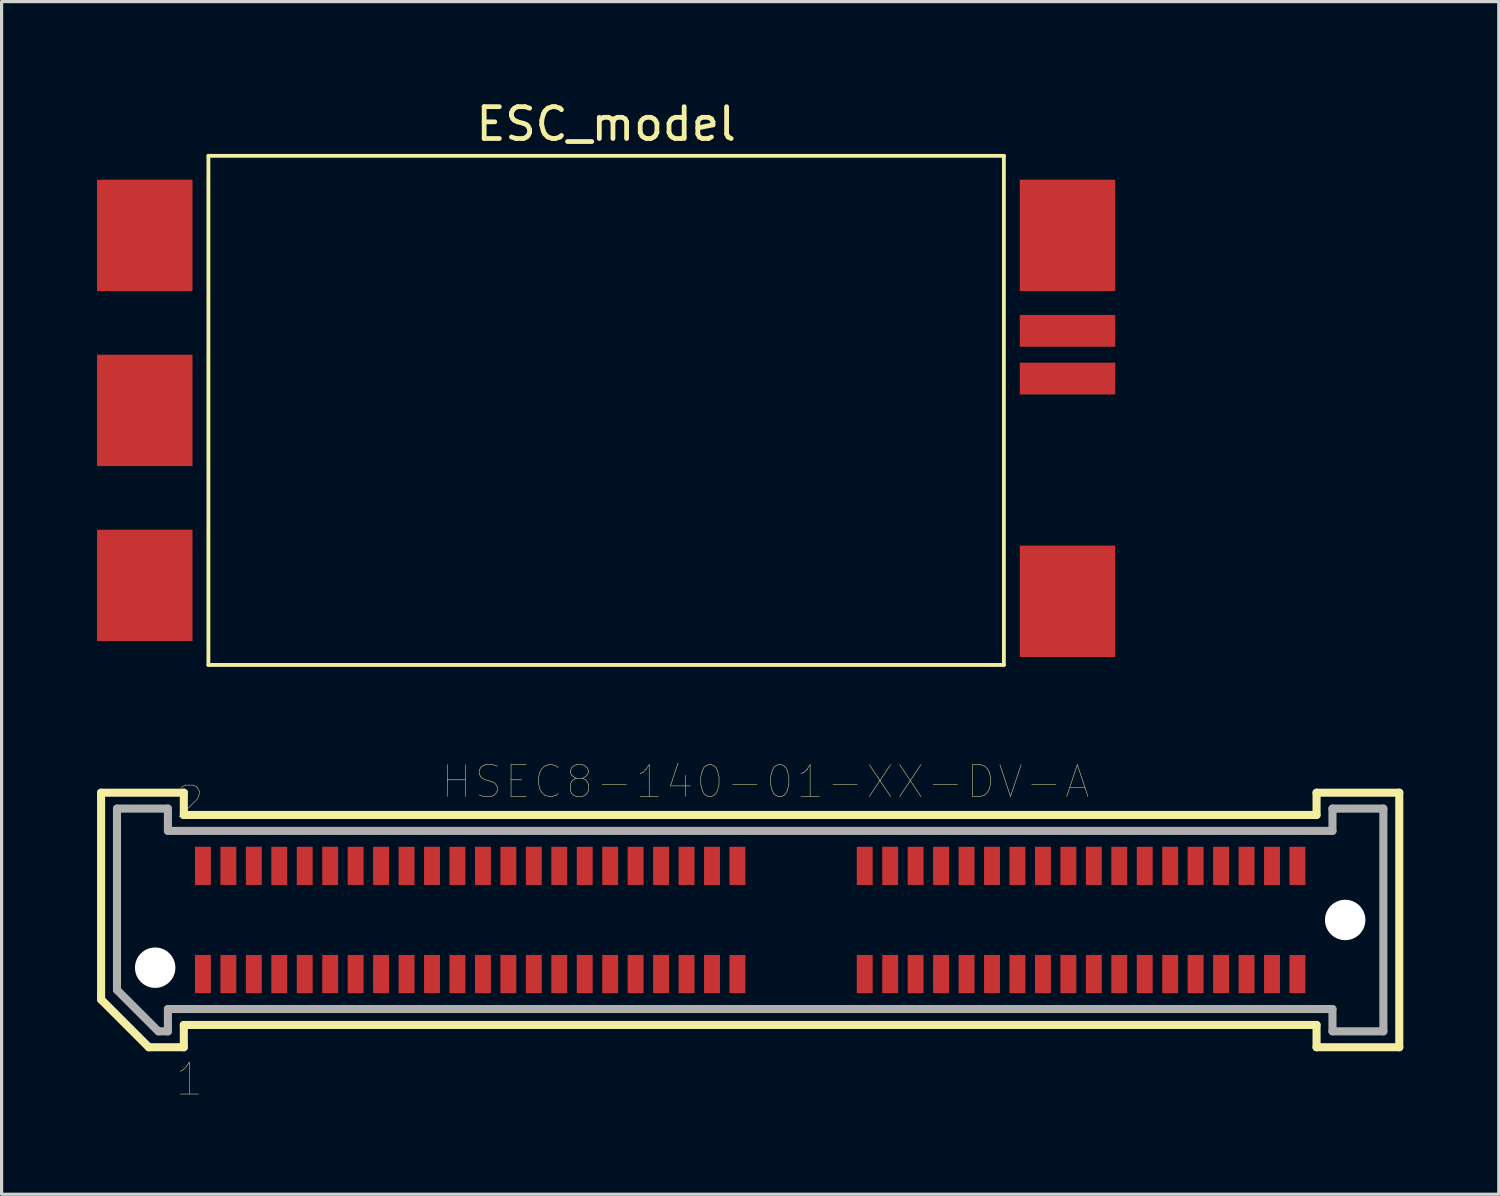
<source format=kicad_pcb>
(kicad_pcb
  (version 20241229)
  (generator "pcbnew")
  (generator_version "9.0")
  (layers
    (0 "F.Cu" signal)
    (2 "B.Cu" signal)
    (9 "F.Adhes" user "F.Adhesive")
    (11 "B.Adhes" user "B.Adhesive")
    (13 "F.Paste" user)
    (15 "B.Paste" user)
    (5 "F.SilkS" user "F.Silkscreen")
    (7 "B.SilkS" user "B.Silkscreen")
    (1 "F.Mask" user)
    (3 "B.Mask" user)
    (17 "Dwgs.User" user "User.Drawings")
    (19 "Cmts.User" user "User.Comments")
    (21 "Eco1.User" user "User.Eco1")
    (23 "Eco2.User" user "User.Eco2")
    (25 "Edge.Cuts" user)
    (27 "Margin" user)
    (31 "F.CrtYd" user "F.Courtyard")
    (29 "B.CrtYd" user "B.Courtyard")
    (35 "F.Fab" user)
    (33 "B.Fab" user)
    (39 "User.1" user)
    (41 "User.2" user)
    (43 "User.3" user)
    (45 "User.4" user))
  (footprint "ESC_model"
    (layer "F.Cu")
    (at 16 9.848)
    (property "Reference" "ESC_model" (at 0 -9 0) (layer "F.SilkS") (effects (font (size 1 1) (thickness 0.15))))
    (attr through_hole)
    (fp_line (start -12.5 -8) (end 12.5 -8) (stroke (width 0.12) (type solid)) (layer "F.SilkS"))
    (fp_line (start -12.5 8) (end -12.5 -8) (stroke (width 0.12) (type solid)) (layer "F.SilkS"))
    (fp_line (start 12.5 -8) (end 12.5 8) (stroke (width 0.12) (type solid)) (layer "F.SilkS"))
    (fp_line (start 12.5 8) (end -12.5 8) (stroke (width 0.12) (type solid)) (layer "F.SilkS"))
    (pad "1" smd rect (at -14.5 -5.5) (size 3 3.5) (layers "F.Cu" "F.Mask" "F.Paste"))
    (pad "2" smd rect (at -14.5 0) (size 3 3.5) (layers "F.Cu" "F.Mask" "F.Paste"))
    (pad "3" smd rect (at -14.5 5.5) (size 3 3.5) (layers "F.Cu" "F.Mask" "F.Paste"))
    (pad "4" smd rect (at 14.5 -2.5) (size 3 1) (layers "F.Cu" "F.Mask" "F.Paste"))
    (pad "5" smd rect (at 14.5 -1) (size 3 1) (layers "F.Cu" "F.Mask" "F.Paste"))
    (pad "6" smd rect (at 14.5 6) (size 3 3.5) (layers "F.Cu" "F.Mask" "F.Paste"))
    (pad "7" smd rect (at 14.5 -5.5) (size 3 3.5) (layers "F.Cu" "F.Mask" "F.Paste")))
  (footprint "HSEC8-140-01-XX-DV-A"
    (layer "F.Cu")
    (at 20.527 25.863)
    (property "Reference" "HSEC8-140-01-XX-DV-A" (at 0.476 -4.343 0) (layer "F.SilkS") (effects (font (size 1.002 1.002) (thickness 0.015))))
    (attr through_hole)
    (fp_line (start -20.4 -4) (end -17.8 -4) (stroke (width 0.254) (type solid)) (layer "F.SilkS"))
    (fp_line (start -20.4 2.5) (end -20.4 -4) (stroke (width 0.254) (type solid)) (layer "F.SilkS"))
    (fp_line (start -18.9 4) (end -20.4 2.5) (stroke (width 0.254) (type solid)) (layer "F.SilkS"))
    (fp_line (start -17.8 -4) (end -17.8 -3.3) (stroke (width 0.254) (type solid)) (layer "F.SilkS"))
    (fp_line (start -17.8 -3.3) (end 17.8 -3.3) (stroke (width 0.254) (type solid)) (layer "F.SilkS"))
    (fp_line (start -17.8 3.3) (end -17.8 4) (stroke (width 0.254) (type solid)) (layer "F.SilkS"))
    (fp_line (start -17.8 4) (end -18.9 4) (stroke (width 0.254) (type solid)) (layer "F.SilkS"))
    (fp_line (start 17.8 -4) (end 20.4 -4) (stroke (width 0.254) (type solid)) (layer "F.SilkS"))
    (fp_line (start 17.8 -3.3) (end 17.8 -4) (stroke (width 0.254) (type solid)) (layer "F.SilkS"))
    (fp_line (start 17.8 3.3) (end -17.8 3.3) (stroke (width 0.254) (type solid)) (layer "F.SilkS"))
    (fp_line (start 17.8 4) (end 17.8 3.3) (stroke (width 0.254) (type solid)) (layer "F.SilkS"))
    (fp_line (start 20.4 -4) (end 20.4 4) (stroke (width 0.254) (type solid)) (layer "F.SilkS"))
    (fp_line (start 20.4 4) (end 17.8 4) (stroke (width 0.254) (type solid)) (layer "F.SilkS"))
    (fp_line (start -19.9 -3.5) (end -18.3 -3.5) (stroke (width 0.254) (type solid)) (layer "F.Fab"))
    (fp_line (start -19.9 2.2) (end -19.9 -3.5) (stroke (width 0.254) (type solid)) (layer "F.Fab"))
    (fp_line (start -18.6 3.5) (end -19.9 2.2) (stroke (width 0.254) (type solid)) (layer "F.Fab"))
    (fp_line (start -18.3 -3.5) (end -18.3 -2.8) (stroke (width 0.254) (type solid)) (layer "F.Fab"))
    (fp_line (start -18.3 -2.8) (end 18.3 -2.8) (stroke (width 0.254) (type solid)) (layer "F.Fab"))
    (fp_line (start -18.3 2.8) (end -18.3 3.5) (stroke (width 0.254) (type solid)) (layer "F.Fab"))
    (fp_line (start -18.3 3.5) (end -18.6 3.5) (stroke (width 0.254) (type solid)) (layer "F.Fab"))
    (fp_line (start 18.3 -3.5) (end 19.9 -3.5) (stroke (width 0.254) (type solid)) (layer "F.Fab"))
    (fp_line (start 18.3 -2.8) (end 18.3 -3.5) (stroke (width 0.254) (type solid)) (layer "F.Fab"))
    (fp_line (start 18.3 2.8) (end -18.3 2.8) (stroke (width 0.254) (type solid)) (layer "F.Fab"))
    (fp_line (start 18.3 3.5) (end 18.3 2.8) (stroke (width 0.254) (type solid)) (layer "F.Fab"))
    (fp_line (start 19.9 -3.5) (end 19.9 3.5) (stroke (width 0.254) (type solid)) (layer "F.Fab"))
    (fp_line (start 19.9 3.5) (end 18.3 3.5) (stroke (width 0.254) (type solid)) (layer "F.Fab"))
    (fp_text user "2" (at -17.603 -3.701 0) (layer "F.SilkS") (effects (font (size 1 1) (thickness 0.015))))
    (fp_text user "1" (at -17.628 5.008 0) (layer "F.SilkS") (effects (font (size 1.002 1.002) (thickness 0.015))))
    (pad "" np_thru_hole circle (at -18.7 1.5) (size 1.27 1.27) (drill 1.27) (layers "*.Cu" "*.Mask"))
    (pad "" np_thru_hole circle (at 18.7 0) (size 1.27 1.27) (drill 1.27) (layers "*.Cu" "*.Mask"))
    (pad "1" smd rect (at -17.2 1.7) (size 0.5 1.2) (layers "F.Cu" "F.Mask" "F.Paste"))
    (pad "2" smd rect (at -17.2 -1.7) (size 0.5 1.2) (layers "F.Cu" "F.Mask" "F.Paste"))
    (pad "3" smd rect (at -16.4 1.7) (size 0.5 1.2) (layers "F.Cu" "F.Mask" "F.Paste"))
    (pad "4" smd rect (at -16.4 -1.7) (size 0.5 1.2) (layers "F.Cu" "F.Mask" "F.Paste"))
    (pad "5" smd rect (at -15.6 1.7) (size 0.5 1.2) (layers "F.Cu" "F.Mask" "F.Paste"))
    (pad "6" smd rect (at -15.6 -1.7) (size 0.5 1.2) (layers "F.Cu" "F.Mask" "F.Paste"))
    (pad "7" smd rect (at -14.8 1.7) (size 0.5 1.2) (layers "F.Cu" "F.Mask" "F.Paste"))
    (pad "8" smd rect (at -14.8 -1.7) (size 0.5 1.2) (layers "F.Cu" "F.Mask" "F.Paste"))
    (pad "9" smd rect (at -14 1.7) (size 0.5 1.2) (layers "F.Cu" "F.Mask" "F.Paste"))
    (pad "10" smd rect (at -14 -1.7) (size 0.5 1.2) (layers "F.Cu" "F.Mask" "F.Paste"))
    (pad "11" smd rect (at -13.2 1.7) (size 0.5 1.2) (layers "F.Cu" "F.Mask" "F.Paste"))
    (pad "12" smd rect (at -13.2 -1.7) (size 0.5 1.2) (layers "F.Cu" "F.Mask" "F.Paste"))
    (pad "13" smd rect (at -12.4 1.7) (size 0.5 1.2) (layers "F.Cu" "F.Mask" "F.Paste"))
    (pad "14" smd rect (at -12.4 -1.7) (size 0.5 1.2) (layers "F.Cu" "F.Mask" "F.Paste"))
    (pad "15" smd rect (at -11.6 1.7) (size 0.5 1.2) (layers "F.Cu" "F.Mask" "F.Paste"))
    (pad "16" smd rect (at -11.6 -1.7) (size 0.5 1.2) (layers "F.Cu" "F.Mask" "F.Paste"))
    (pad "17" smd rect (at -10.8 1.7) (size 0.5 1.2) (layers "F.Cu" "F.Mask" "F.Paste"))
    (pad "18" smd rect (at -10.8 -1.7) (size 0.5 1.2) (layers "F.Cu" "F.Mask" "F.Paste"))
    (pad "19" smd rect (at -10 1.7) (size 0.5 1.2) (layers "F.Cu" "F.Mask" "F.Paste"))
    (pad "20" smd rect (at -10 -1.7) (size 0.5 1.2) (layers "F.Cu" "F.Mask" "F.Paste"))
    (pad "21" smd rect (at -9.2 1.7) (size 0.5 1.2) (layers "F.Cu" "F.Mask" "F.Paste"))
    (pad "22" smd rect (at -9.2 -1.7) (size 0.5 1.2) (layers "F.Cu" "F.Mask" "F.Paste"))
    (pad "23" smd rect (at -8.4 1.7) (size 0.5 1.2) (layers "F.Cu" "F.Mask" "F.Paste"))
    (pad "24" smd rect (at -8.4 -1.7) (size 0.5 1.2) (layers "F.Cu" "F.Mask" "F.Paste"))
    (pad "25" smd rect (at -7.6 1.7) (size 0.5 1.2) (layers "F.Cu" "F.Mask" "F.Paste"))
    (pad "26" smd rect (at -7.6 -1.7) (size 0.5 1.2) (layers "F.Cu" "F.Mask" "F.Paste"))
    (pad "27" smd rect (at -6.8 1.7) (size 0.5 1.2) (layers "F.Cu" "F.Mask" "F.Paste"))
    (pad "28" smd rect (at -6.8 -1.7) (size 0.5 1.2) (layers "F.Cu" "F.Mask" "F.Paste"))
    (pad "29" smd rect (at -6 1.7) (size 0.5 1.2) (layers "F.Cu" "F.Mask" "F.Paste"))
    (pad "30" smd rect (at -6 -1.7) (size 0.5 1.2) (layers "F.Cu" "F.Mask" "F.Paste"))
    (pad "31" smd rect (at -5.2 1.7) (size 0.5 1.2) (layers "F.Cu" "F.Mask" "F.Paste"))
    (pad "32" smd rect (at -5.2 -1.7) (size 0.5 1.2) (layers "F.Cu" "F.Mask" "F.Paste"))
    (pad "33" smd rect (at -4.4 1.7) (size 0.5 1.2) (layers "F.Cu" "F.Mask" "F.Paste"))
    (pad "34" smd rect (at -4.4 -1.7) (size 0.5 1.2) (layers "F.Cu" "F.Mask" "F.Paste"))
    (pad "35" smd rect (at -3.6 1.7) (size 0.5 1.2) (layers "F.Cu" "F.Mask" "F.Paste"))
    (pad "36" smd rect (at -3.6 -1.7) (size 0.5 1.2) (layers "F.Cu" "F.Mask" "F.Paste"))
    (pad "37" smd rect (at -2.8 1.7) (size 0.5 1.2) (layers "F.Cu" "F.Mask" "F.Paste"))
    (pad "38" smd rect (at -2.8 -1.7) (size 0.5 1.2) (layers "F.Cu" "F.Mask" "F.Paste"))
    (pad "39" smd rect (at -2 1.7) (size 0.5 1.2) (layers "F.Cu" "F.Mask" "F.Paste"))
    (pad "40" smd rect (at -2 -1.7) (size 0.5 1.2) (layers "F.Cu" "F.Mask" "F.Paste"))
    (pad "41" smd rect (at -1.2 1.7) (size 0.5 1.2) (layers "F.Cu" "F.Mask" "F.Paste"))
    (pad "42" smd rect (at -1.2 -1.7) (size 0.5 1.2) (layers "F.Cu" "F.Mask" "F.Paste"))
    (pad "43" smd rect (at -0.4 1.7) (size 0.5 1.2) (layers "F.Cu" "F.Mask" "F.Paste"))
    (pad "44" smd rect (at -0.4 -1.7) (size 0.5 1.2) (layers "F.Cu" "F.Mask" "F.Paste"))
    (pad "45" smd rect (at 3.6 1.7) (size 0.5 1.2) (layers "F.Cu" "F.Mask" "F.Paste"))
    (pad "46" smd rect (at 3.6 -1.7) (size 0.5 1.2) (layers "F.Cu" "F.Mask" "F.Paste"))
    (pad "47" smd rect (at 4.4 1.7) (size 0.5 1.2) (layers "F.Cu" "F.Mask" "F.Paste"))
    (pad "48" smd rect (at 4.4 -1.7) (size 0.5 1.2) (layers "F.Cu" "F.Mask" "F.Paste"))
    (pad "49" smd rect (at 5.2 1.7) (size 0.5 1.2) (layers "F.Cu" "F.Mask" "F.Paste"))
    (pad "50" smd rect (at 5.2 -1.7) (size 0.5 1.2) (layers "F.Cu" "F.Mask" "F.Paste"))
    (pad "51" smd rect (at 6 1.7) (size 0.5 1.2) (layers "F.Cu" "F.Mask" "F.Paste"))
    (pad "52" smd rect (at 6 -1.7) (size 0.5 1.2) (layers "F.Cu" "F.Mask" "F.Paste"))
    (pad "53" smd rect (at 6.8 1.7) (size 0.5 1.2) (layers "F.Cu" "F.Mask" "F.Paste"))
    (pad "54" smd rect (at 6.8 -1.7) (size 0.5 1.2) (layers "F.Cu" "F.Mask" "F.Paste"))
    (pad "55" smd rect (at 7.6 1.7) (size 0.5 1.2) (layers "F.Cu" "F.Mask" "F.Paste"))
    (pad "56" smd rect (at 7.6 -1.7) (size 0.5 1.2) (layers "F.Cu" "F.Mask" "F.Paste"))
    (pad "57" smd rect (at 8.4 1.7) (size 0.5 1.2) (layers "F.Cu" "F.Mask" "F.Paste"))
    (pad "58" smd rect (at 8.4 -1.7) (size 0.5 1.2) (layers "F.Cu" "F.Mask" "F.Paste"))
    (pad "59" smd rect (at 9.2 1.7) (size 0.5 1.2) (layers "F.Cu" "F.Mask" "F.Paste"))
    (pad "60" smd rect (at 9.2 -1.7) (size 0.5 1.2) (layers "F.Cu" "F.Mask" "F.Paste"))
    (pad "61" smd rect (at 10 1.7) (size 0.5 1.2) (layers "F.Cu" "F.Mask" "F.Paste"))
    (pad "62" smd rect (at 10 -1.7) (size 0.5 1.2) (layers "F.Cu" "F.Mask" "F.Paste"))
    (pad "63" smd rect (at 10.8 1.7) (size 0.5 1.2) (layers "F.Cu" "F.Mask" "F.Paste"))
    (pad "64" smd rect (at 10.8 -1.7) (size 0.5 1.2) (layers "F.Cu" "F.Mask" "F.Paste"))
    (pad "65" smd rect (at 11.6 1.7) (size 0.5 1.2) (layers "F.Cu" "F.Mask" "F.Paste"))
    (pad "66" smd rect (at 11.6 -1.7) (size 0.5 1.2) (layers "F.Cu" "F.Mask" "F.Paste"))
    (pad "67" smd rect (at 12.4 1.7) (size 0.5 1.2) (layers "F.Cu" "F.Mask" "F.Paste"))
    (pad "68" smd rect (at 12.4 -1.7) (size 0.5 1.2) (layers "F.Cu" "F.Mask" "F.Paste"))
    (pad "69" smd rect (at 13.2 1.7) (size 0.5 1.2) (layers "F.Cu" "F.Mask" "F.Paste"))
    (pad "70" smd rect (at 13.2 -1.7) (size 0.5 1.2) (layers "F.Cu" "F.Mask" "F.Paste"))
    (pad "71" smd rect (at 14 1.7) (size 0.5 1.2) (layers "F.Cu" "F.Mask" "F.Paste"))
    (pad "72" smd rect (at 14 -1.7) (size 0.5 1.2) (layers "F.Cu" "F.Mask" "F.Paste"))
    (pad "73" smd rect (at 14.8 1.7) (size 0.5 1.2) (layers "F.Cu" "F.Mask" "F.Paste"))
    (pad "74" smd rect (at 14.8 -1.7) (size 0.5 1.2) (layers "F.Cu" "F.Mask" "F.Paste"))
    (pad "75" smd rect (at 15.6 1.7) (size 0.5 1.2) (layers "F.Cu" "F.Mask" "F.Paste"))
    (pad "76" smd rect (at 15.6 -1.7) (size 0.5 1.2) (layers "F.Cu" "F.Mask" "F.Paste"))
    (pad "77" smd rect (at 16.4 1.7) (size 0.5 1.2) (layers "F.Cu" "F.Mask" "F.Paste"))
    (pad "78" smd rect (at 16.4 -1.7) (size 0.5 1.2) (layers "F.Cu" "F.Mask" "F.Paste"))
    (pad "79" smd rect (at 17.2 1.7) (size 0.5 1.2) (layers "F.Cu" "F.Mask" "F.Paste"))
    (pad "80" smd rect (at 17.2 -1.7) (size 0.5 1.2) (layers "F.Cu" "F.Mask" "F.Paste")))
  (gr_rect
    (start -3 -3)
    (end 44.054 34.484)
    (stroke (width 0.1) (type default))
    (fill no)
    (layer "Edge.Cuts")))
</source>
